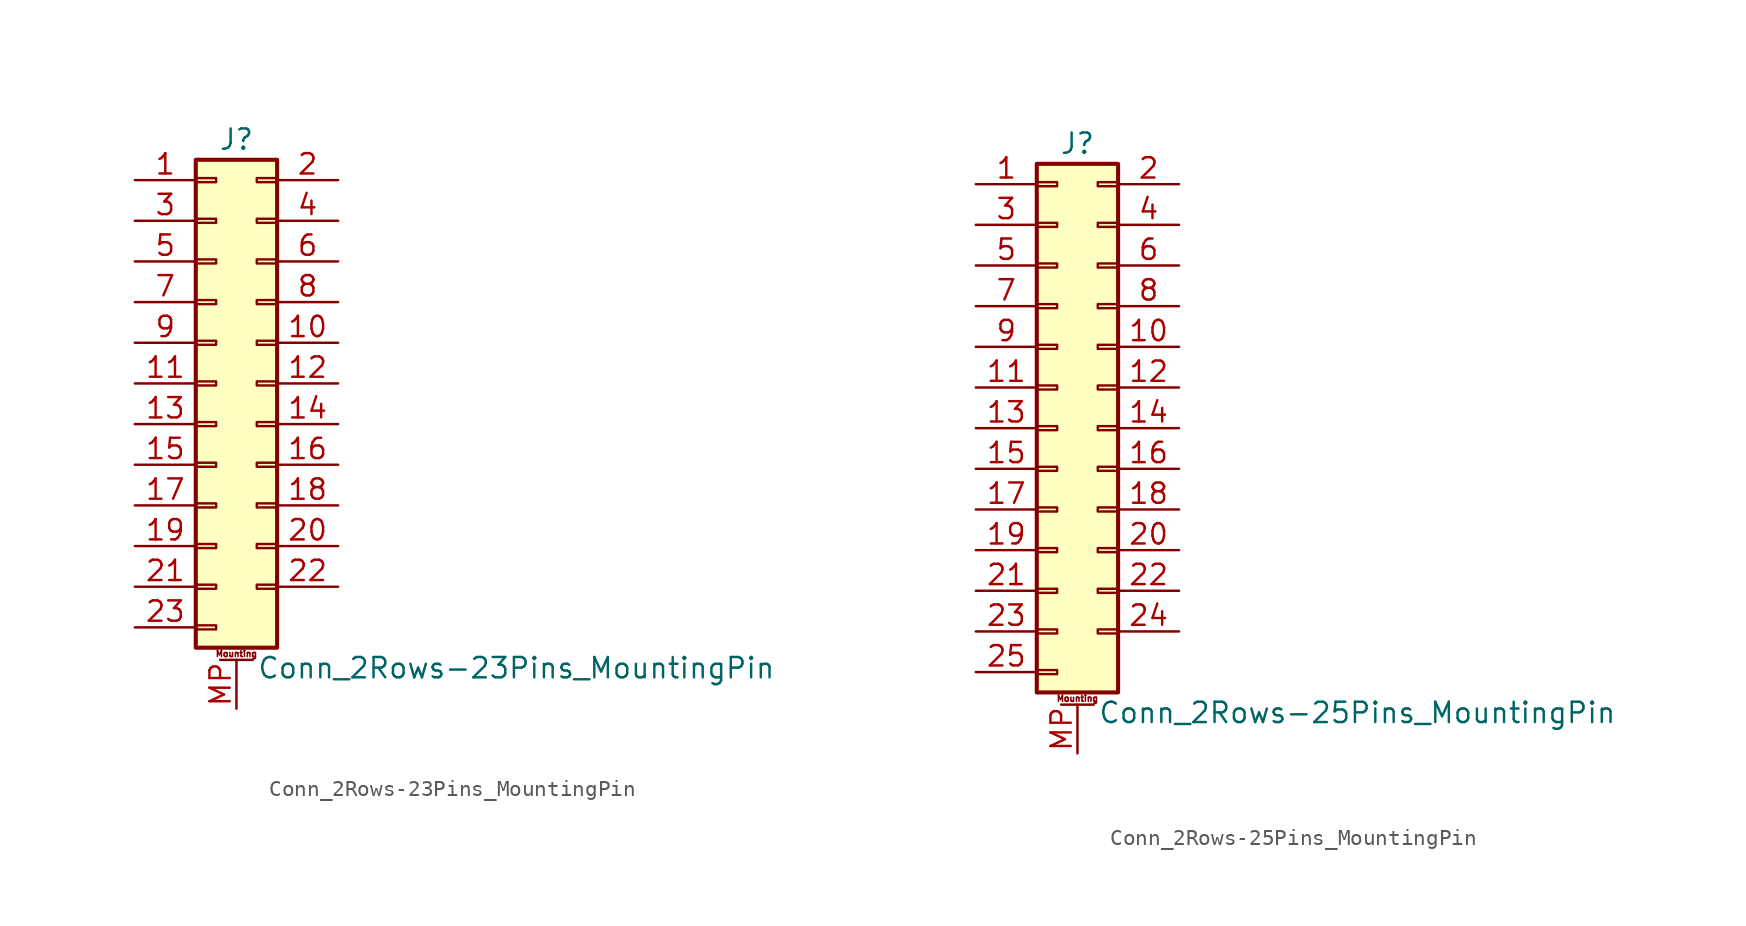
<source format=kicad_sym>
(kicad_symbol_lib
  (version 20201005)
  (generator kicad_symbol_editor)
  (symbol "Conn_2Rows-23Pins_MountingPin"
    (pin_names
      (offset 1.016) hide)
    (property "Reference" "J"
      (at 1.27 15.24 0)
      (effects (font (size 1.27 1.27))))
    (property "Value" "Conn_2Rows-23Pins_MountingPin"
      (at 2.54 -17.78 0)
      (effects (font (size 1.27 1.27)) (justify left)))
    (symbol "Conn_2Rows-23Pins_MountingPin_1_1"
      (text "Mounting" (at 1.27 -16.891 0) (effects (font (size 0.381 0.381))))
      (rectangle (start -1.27 -15.113) (end 0 -15.367) (stroke (width 0.152)) (fill (type none)))
      (rectangle (start -1.27 -12.573) (end 0 -12.827) (stroke (width 0.152)) (fill (type none)))
      (rectangle (start -1.27 -10.033) (end 0 -10.287) (stroke (width 0.152)) (fill (type none)))
      (rectangle (start -1.27 -7.493) (end 0 -7.747) (stroke (width 0.152)) (fill (type none)))
      (rectangle (start -1.27 -4.953) (end 0 -5.207) (stroke (width 0.152)) (fill (type none)))
      (rectangle (start -1.27 -2.413) (end 0 -2.667) (stroke (width 0.152)) (fill (type none)))
      (rectangle (start -1.27 0.127) (end 0 -0.127) (stroke (width 0.152)) (fill (type none)))
      (rectangle (start -1.27 2.667) (end 0 2.413) (stroke (width 0.152)) (fill (type none)))
      (rectangle (start -1.27 5.207) (end 0 4.953) (stroke (width 0.152)) (fill (type none)))
      (rectangle (start -1.27 7.747) (end 0 7.493) (stroke (width 0.152)) (fill (type none)))
      (rectangle (start -1.27 10.287) (end 0 10.033) (stroke (width 0.152)) (fill (type none)))
      (rectangle (start -1.27 12.827) (end 0 12.573) (stroke (width 0.152)) (fill (type none)))
      (rectangle (start 3.81 -12.573) (end 2.54 -12.827) (stroke (width 0.152)) (fill (type none)))
      (rectangle (start 3.81 -10.033) (end 2.54 -10.287) (stroke (width 0.152)) (fill (type none)))
      (rectangle (start 3.81 -7.493) (end 2.54 -7.747) (stroke (width 0.152)) (fill (type none)))
      (rectangle (start 3.81 -4.953) (end 2.54 -5.207) (stroke (width 0.152)) (fill (type none)))
      (rectangle (start 3.81 -2.413) (end 2.54 -2.667) (stroke (width 0.152)) (fill (type none)))
      (rectangle (start 3.81 0.127) (end 2.54 -0.127) (stroke (width 0.152)) (fill (type none)))
      (rectangle (start 3.81 2.667) (end 2.54 2.413) (stroke (width 0.152)) (fill (type none)))
      (rectangle (start 3.81 5.207) (end 2.54 4.953) (stroke (width 0.152)) (fill (type none)))
      (rectangle (start 3.81 7.747) (end 2.54 7.493) (stroke (width 0.152)) (fill (type none)))
      (rectangle (start 3.81 10.287) (end 2.54 10.033) (stroke (width 0.152)) (fill (type none)))
      (rectangle (start 3.81 12.827) (end 2.54 12.573) (stroke (width 0.152)) (fill (type none)))
      (rectangle (start -1.27 13.97) (end 3.81 -16.51) (stroke (width 0.254)) (fill (type background)))
      (polyline (pts (xy 0.254 -17.272) (xy 2.286 -17.272)) (stroke (width 0.152)) (fill (type none)))
      (pin passive line (at -5.08 12.7 0) (length 3.81) (name "Pin_1" (effects (font (size 1.27 1.27)))) (number "1" (effects (font (size 1.27 1.27)))))
      (pin passive line (at 7.62 2.54 180) (length 3.81) (name "Pin_10" (effects (font (size 1.27 1.27)))) (number "10" (effects (font (size 1.27 1.27)))))
      (pin passive line (at -5.08 0 0) (length 3.81) (name "Pin_11" (effects (font (size 1.27 1.27)))) (number "11" (effects (font (size 1.27 1.27)))))
      (pin passive line (at 7.62 0 180) (length 3.81) (name "Pin_12" (effects (font (size 1.27 1.27)))) (number "12" (effects (font (size 1.27 1.27)))))
      (pin passive line (at -5.08 -2.54 0) (length 3.81) (name "Pin_13" (effects (font (size 1.27 1.27)))) (number "13" (effects (font (size 1.27 1.27)))))
      (pin passive line (at 7.62 -2.54 180) (length 3.81) (name "Pin_14" (effects (font (size 1.27 1.27)))) (number "14" (effects (font (size 1.27 1.27)))))
      (pin passive line (at -5.08 -5.08 0) (length 3.81) (name "Pin_15" (effects (font (size 1.27 1.27)))) (number "15" (effects (font (size 1.27 1.27)))))
      (pin passive line (at 7.62 -5.08 180) (length 3.81) (name "Pin_16" (effects (font (size 1.27 1.27)))) (number "16" (effects (font (size 1.27 1.27)))))
      (pin passive line (at -5.08 -7.62 0) (length 3.81) (name "Pin_17" (effects (font (size 1.27 1.27)))) (number "17" (effects (font (size 1.27 1.27)))))
      (pin passive line (at 7.62 -7.62 180) (length 3.81) (name "Pin_18" (effects (font (size 1.27 1.27)))) (number "18" (effects (font (size 1.27 1.27)))))
      (pin passive line (at -5.08 -10.16 0) (length 3.81) (name "Pin_19" (effects (font (size 1.27 1.27)))) (number "19" (effects (font (size 1.27 1.27)))))
      (pin passive line (at 7.62 12.7 180) (length 3.81) (name "Pin_2" (effects (font (size 1.27 1.27)))) (number "2" (effects (font (size 1.27 1.27)))))
      (pin passive line (at 7.62 -10.16 180) (length 3.81) (name "Pin_20" (effects (font (size 1.27 1.27)))) (number "20" (effects (font (size 1.27 1.27)))))
      (pin passive line (at -5.08 -12.7 0) (length 3.81) (name "Pin_21" (effects (font (size 1.27 1.27)))) (number "21" (effects (font (size 1.27 1.27)))))
      (pin passive line (at 7.62 -12.7 180) (length 3.81) (name "Pin_22" (effects (font (size 1.27 1.27)))) (number "22" (effects (font (size 1.27 1.27)))))
      (pin passive line (at -5.08 -15.24 0) (length 3.81) (name "Pin_23" (effects (font (size 1.27 1.27)))) (number "23" (effects (font (size 1.27 1.27)))))
      (pin passive line (at -5.08 10.16 0) (length 3.81) (name "Pin_3" (effects (font (size 1.27 1.27)))) (number "3" (effects (font (size 1.27 1.27)))))
      (pin passive line (at 7.62 10.16 180) (length 3.81) (name "Pin_4" (effects (font (size 1.27 1.27)))) (number "4" (effects (font (size 1.27 1.27)))))
      (pin passive line (at -5.08 7.62 0) (length 3.81) (name "Pin_5" (effects (font (size 1.27 1.27)))) (number "5" (effects (font (size 1.27 1.27)))))
      (pin passive line (at 7.62 7.62 180) (length 3.81) (name "Pin_6" (effects (font (size 1.27 1.27)))) (number "6" (effects (font (size 1.27 1.27)))))
      (pin passive line (at -5.08 5.08 0) (length 3.81) (name "Pin_7" (effects (font (size 1.27 1.27)))) (number "7" (effects (font (size 1.27 1.27)))))
      (pin passive line (at 7.62 5.08 180) (length 3.81) (name "Pin_8" (effects (font (size 1.27 1.27)))) (number "8" (effects (font (size 1.27 1.27)))))
      (pin passive line (at -5.08 2.54 0) (length 3.81) (name "Pin_9" (effects (font (size 1.27 1.27)))) (number "9" (effects (font (size 1.27 1.27)))))
      (pin passive line (at 1.27 -20.32 90) (length 3.048) (name "MountPin" (effects (font (size 1.27 1.27)))) (number "MP" (effects (font (size 1.27 1.27)))))))
  (symbol "Conn_2Rows-25Pins_MountingPin"
    (pin_names
      (offset 1.016) hide)
    (property "Reference" "J"
      (at 1.27 17.78 0)
      (effects (font (size 1.27 1.27))))
    (property "Value" "Conn_2Rows-25Pins_MountingPin"
      (at 2.54 -17.78 0)
      (effects (font (size 1.27 1.27)) (justify left)))
    (symbol "Conn_2Rows-25Pins_MountingPin_1_1"
      (text "Mounting" (at 1.27 -16.891 0) (effects (font (size 0.381 0.381))))
      (rectangle (start -1.27 -15.113) (end 0 -15.367) (stroke (width 0.152)) (fill (type none)))
      (rectangle (start -1.27 -12.573) (end 0 -12.827) (stroke (width 0.152)) (fill (type none)))
      (rectangle (start -1.27 -10.033) (end 0 -10.287) (stroke (width 0.152)) (fill (type none)))
      (rectangle (start -1.27 -7.493) (end 0 -7.747) (stroke (width 0.152)) (fill (type none)))
      (rectangle (start -1.27 -4.953) (end 0 -5.207) (stroke (width 0.152)) (fill (type none)))
      (rectangle (start -1.27 -2.413) (end 0 -2.667) (stroke (width 0.152)) (fill (type none)))
      (rectangle (start -1.27 0.127) (end 0 -0.127) (stroke (width 0.152)) (fill (type none)))
      (rectangle (start -1.27 2.667) (end 0 2.413) (stroke (width 0.152)) (fill (type none)))
      (rectangle (start -1.27 5.207) (end 0 4.953) (stroke (width 0.152)) (fill (type none)))
      (rectangle (start -1.27 7.747) (end 0 7.493) (stroke (width 0.152)) (fill (type none)))
      (rectangle (start -1.27 10.287) (end 0 10.033) (stroke (width 0.152)) (fill (type none)))
      (rectangle (start -1.27 12.827) (end 0 12.573) (stroke (width 0.152)) (fill (type none)))
      (rectangle (start -1.27 15.367) (end 0 15.113) (stroke (width 0.152)) (fill (type none)))
      (rectangle (start 3.81 -12.573) (end 2.54 -12.827) (stroke (width 0.152)) (fill (type none)))
      (rectangle (start 3.81 -10.033) (end 2.54 -10.287) (stroke (width 0.152)) (fill (type none)))
      (rectangle (start 3.81 -7.493) (end 2.54 -7.747) (stroke (width 0.152)) (fill (type none)))
      (rectangle (start 3.81 -4.953) (end 2.54 -5.207) (stroke (width 0.152)) (fill (type none)))
      (rectangle (start 3.81 -2.413) (end 2.54 -2.667) (stroke (width 0.152)) (fill (type none)))
      (rectangle (start 3.81 0.127) (end 2.54 -0.127) (stroke (width 0.152)) (fill (type none)))
      (rectangle (start 3.81 2.667) (end 2.54 2.413) (stroke (width 0.152)) (fill (type none)))
      (rectangle (start 3.81 5.207) (end 2.54 4.953) (stroke (width 0.152)) (fill (type none)))
      (rectangle (start 3.81 7.747) (end 2.54 7.493) (stroke (width 0.152)) (fill (type none)))
      (rectangle (start 3.81 10.287) (end 2.54 10.033) (stroke (width 0.152)) (fill (type none)))
      (rectangle (start 3.81 12.827) (end 2.54 12.573) (stroke (width 0.152)) (fill (type none)))
      (rectangle (start 3.81 15.367) (end 2.54 15.113) (stroke (width 0.152)) (fill (type none)))
      (rectangle (start -1.27 16.51) (end 3.81 -16.51) (stroke (width 0.254)) (fill (type background)))
      (polyline (pts (xy 0.254 -17.272) (xy 2.286 -17.272)) (stroke (width 0.152)) (fill (type none)))
      (pin passive line (at -5.08 15.24 0) (length 3.81) (name "Pin_1" (effects (font (size 1.27 1.27)))) (number "1" (effects (font (size 1.27 1.27)))))
      (pin passive line (at 7.62 5.08 180) (length 3.81) (name "Pin_10" (effects (font (size 1.27 1.27)))) (number "10" (effects (font (size 1.27 1.27)))))
      (pin passive line (at -5.08 2.54 0) (length 3.81) (name "Pin_11" (effects (font (size 1.27 1.27)))) (number "11" (effects (font (size 1.27 1.27)))))
      (pin passive line (at 7.62 2.54 180) (length 3.81) (name "Pin_12" (effects (font (size 1.27 1.27)))) (number "12" (effects (font (size 1.27 1.27)))))
      (pin passive line (at -5.08 0 0) (length 3.81) (name "Pin_13" (effects (font (size 1.27 1.27)))) (number "13" (effects (font (size 1.27 1.27)))))
      (pin passive line (at 7.62 0 180) (length 3.81) (name "Pin_14" (effects (font (size 1.27 1.27)))) (number "14" (effects (font (size 1.27 1.27)))))
      (pin passive line (at -5.08 -2.54 0) (length 3.81) (name "Pin_15" (effects (font (size 1.27 1.27)))) (number "15" (effects (font (size 1.27 1.27)))))
      (pin passive line (at 7.62 -2.54 180) (length 3.81) (name "Pin_16" (effects (font (size 1.27 1.27)))) (number "16" (effects (font (size 1.27 1.27)))))
      (pin passive line (at -5.08 -5.08 0) (length 3.81) (name "Pin_17" (effects (font (size 1.27 1.27)))) (number "17" (effects (font (size 1.27 1.27)))))
      (pin passive line (at 7.62 -5.08 180) (length 3.81) (name "Pin_18" (effects (font (size 1.27 1.27)))) (number "18" (effects (font (size 1.27 1.27)))))
      (pin passive line (at -5.08 -7.62 0) (length 3.81) (name "Pin_19" (effects (font (size 1.27 1.27)))) (number "19" (effects (font (size 1.27 1.27)))))
      (pin passive line (at 7.62 15.24 180) (length 3.81) (name "Pin_2" (effects (font (size 1.27 1.27)))) (number "2" (effects (font (size 1.27 1.27)))))
      (pin passive line (at 7.62 -7.62 180) (length 3.81) (name "Pin_20" (effects (font (size 1.27 1.27)))) (number "20" (effects (font (size 1.27 1.27)))))
      (pin passive line (at -5.08 -10.16 0) (length 3.81) (name "Pin_21" (effects (font (size 1.27 1.27)))) (number "21" (effects (font (size 1.27 1.27)))))
      (pin passive line (at 7.62 -10.16 180) (length 3.81) (name "Pin_22" (effects (font (size 1.27 1.27)))) (number "22" (effects (font (size 1.27 1.27)))))
      (pin passive line (at -5.08 -12.7 0) (length 3.81) (name "Pin_23" (effects (font (size 1.27 1.27)))) (number "23" (effects (font (size 1.27 1.27)))))
      (pin passive line (at 7.62 -12.7 180) (length 3.81) (name "Pin_24" (effects (font (size 1.27 1.27)))) (number "24" (effects (font (size 1.27 1.27)))))
      (pin passive line (at -5.08 -15.24 0) (length 3.81) (name "Pin_25" (effects (font (size 1.27 1.27)))) (number "25" (effects (font (size 1.27 1.27)))))
      (pin passive line (at -5.08 12.7 0) (length 3.81) (name "Pin_3" (effects (font (size 1.27 1.27)))) (number "3" (effects (font (size 1.27 1.27)))))
      (pin passive line (at 7.62 12.7 180) (length 3.81) (name "Pin_4" (effects (font (size 1.27 1.27)))) (number "4" (effects (font (size 1.27 1.27)))))
      (pin passive line (at -5.08 10.16 0) (length 3.81) (name "Pin_5" (effects (font (size 1.27 1.27)))) (number "5" (effects (font (size 1.27 1.27)))))
      (pin passive line (at 7.62 10.16 180) (length 3.81) (name "Pin_6" (effects (font (size 1.27 1.27)))) (number "6" (effects (font (size 1.27 1.27)))))
      (pin passive line (at -5.08 7.62 0) (length 3.81) (name "Pin_7" (effects (font (size 1.27 1.27)))) (number "7" (effects (font (size 1.27 1.27)))))
      (pin passive line (at 7.62 7.62 180) (length 3.81) (name "Pin_8" (effects (font (size 1.27 1.27)))) (number "8" (effects (font (size 1.27 1.27)))))
      (pin passive line (at -5.08 5.08 0) (length 3.81) (name "Pin_9" (effects (font (size 1.27 1.27)))) (number "9" (effects (font (size 1.27 1.27)))))
      (pin passive line (at 1.27 -20.32 90) (length 3.048) (name "MountPin" (effects (font (size 1.27 1.27)))) (number "MP" (effects (font (size 1.27 1.27))))))))
</source>
